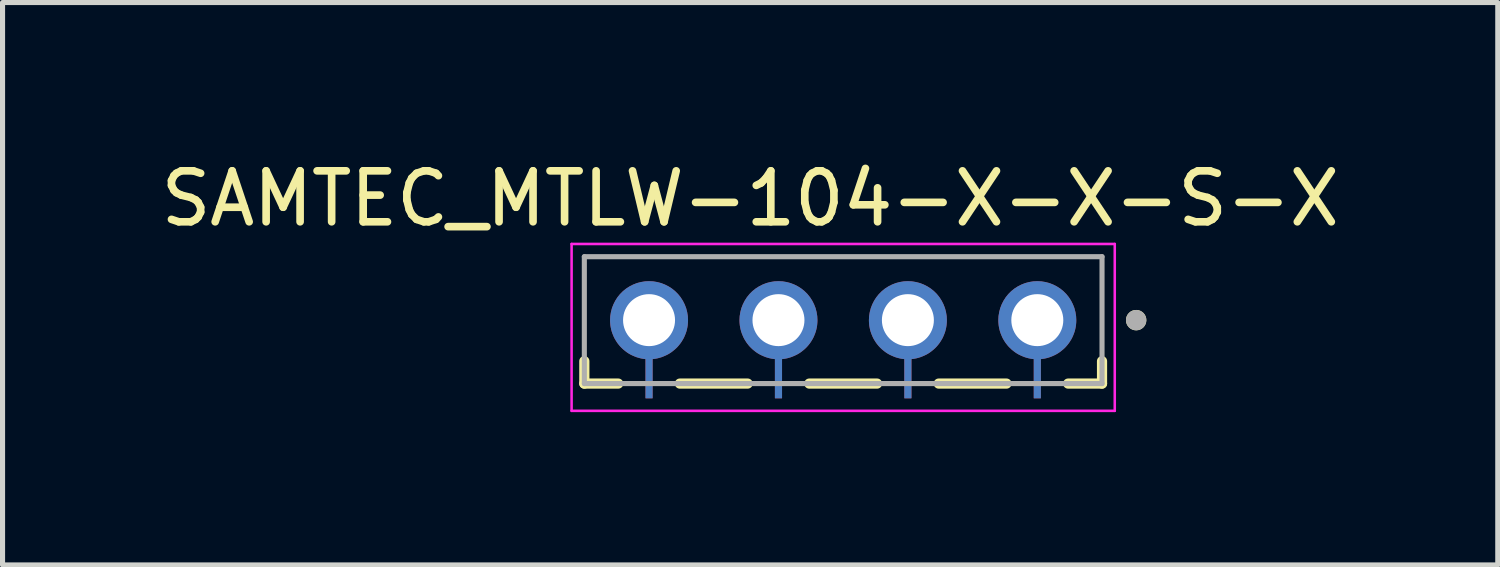
<source format=kicad_pcb>
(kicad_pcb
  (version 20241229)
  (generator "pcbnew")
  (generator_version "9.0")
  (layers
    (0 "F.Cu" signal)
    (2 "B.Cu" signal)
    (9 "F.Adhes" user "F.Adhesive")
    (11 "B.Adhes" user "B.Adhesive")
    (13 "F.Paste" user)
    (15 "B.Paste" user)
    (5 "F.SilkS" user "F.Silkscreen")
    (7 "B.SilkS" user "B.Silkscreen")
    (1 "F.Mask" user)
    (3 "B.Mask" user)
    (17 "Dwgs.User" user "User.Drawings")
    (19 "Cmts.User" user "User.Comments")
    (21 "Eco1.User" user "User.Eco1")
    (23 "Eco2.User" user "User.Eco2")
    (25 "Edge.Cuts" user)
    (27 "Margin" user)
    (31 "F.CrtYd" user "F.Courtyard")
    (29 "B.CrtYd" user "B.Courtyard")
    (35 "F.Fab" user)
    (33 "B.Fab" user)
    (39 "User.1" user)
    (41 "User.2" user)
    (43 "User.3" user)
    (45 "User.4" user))
  (footprint "SAMTEC_MTLW-104-X-X-S-X"
    (layer "F.Cu")
    (at 13.498 3.233)
    (property "Reference" "SAMTEC_MTLW-104-X-X-S-X" (at -1.825 -2.385 0) (layer "F.SilkS") (effects (font (size 1 1) (thickness 0.15))))
    (attr through_hole)
    (fp_poly (pts (xy -3.645 0.84) (xy -3.645 1.63) (xy -3.975 1.63) (xy -3.975 0.84) (xy -4.015 0.831) (xy -4.053 0.821) (xy -4.091 0.809) (xy -4.128 0.796) (xy -4.164 0.78) (xy -4.199 0.763) (xy -4.234 0.745) (xy -4.268 0.725) (xy -4.301 0.703) (xy -4.333 0.68) (xy -4.363 0.655) (xy -4.393 0.629) (xy -4.421 0.602) (xy -4.449 0.573) (xy -4.474 0.544) (xy -4.499 0.513) (xy -4.522 0.481) (xy -4.543 0.448) (xy -4.563 0.413) (xy -4.581 0.379) (xy -4.598 0.343) (xy -4.613 0.307) (xy -4.626 0.269) (xy -4.638 0.232) (xy -4.647 0.194) (xy -4.656 0.155) (xy -4.662 0.116) (xy -4.666 0.077) (xy -4.669 0.038) (xy -4.67 0) (xy -4.665 -0.09) (xy -4.651 -0.179) (xy -4.628 -0.266) (xy -4.596 -0.35) (xy -4.555 -0.43) (xy -4.506 -0.505) (xy -4.449 -0.575) (xy -4.385 -0.639) (xy -4.315 -0.696) (xy -4.24 -0.745) (xy -4.16 -0.786) (xy -4.076 -0.818) (xy -3.989 -0.841) (xy -3.9 -0.855) (xy -3.81 -0.86) (xy -3.72 -0.855) (xy -3.631 -0.841) (xy -3.544 -0.818) (xy -3.46 -0.786) (xy -3.38 -0.745) (xy -3.305 -0.696) (xy -3.235 -0.639) (xy -3.171 -0.575) (xy -3.114 -0.505) (xy -3.065 -0.43) (xy -3.024 -0.35) (xy -2.992 -0.266) (xy -2.969 -0.179) (xy -2.955 -0.09) (xy -2.95 0) (xy -2.951 0.038) (xy -2.954 0.077) (xy -2.958 0.116) (xy -2.964 0.155) (xy -2.973 0.194) (xy -2.982 0.232) (xy -2.994 0.269) (xy -3.007 0.307) (xy -3.022 0.343) (xy -3.039 0.379) (xy -3.057 0.413) (xy -3.077 0.448) (xy -3.098 0.481) (xy -3.121 0.513) (xy -3.146 0.544) (xy -3.171 0.573) (xy -3.199 0.602) (xy -3.227 0.629) (xy -3.257 0.655) (xy -3.287 0.68) (xy -3.319 0.703) (xy -3.352 0.725) (xy -3.386 0.745) (xy -3.421 0.763) (xy -3.456 0.78) (xy -3.492 0.796) (xy -3.529 0.809) (xy -3.567 0.821) (xy -3.605 0.831) (xy -3.645 0.84)) (stroke (width 0.01) (type solid)) (fill yes) (layer "F.Mask"))
    (fp_poly (pts (xy -1.105 0.84) (xy -1.105 1.63) (xy -1.435 1.63) (xy -1.435 0.84) (xy -1.475 0.831) (xy -1.513 0.821) (xy -1.551 0.809) (xy -1.588 0.796) (xy -1.624 0.78) (xy -1.659 0.763) (xy -1.694 0.745) (xy -1.728 0.725) (xy -1.761 0.703) (xy -1.793 0.68) (xy -1.823 0.655) (xy -1.853 0.629) (xy -1.881 0.602) (xy -1.909 0.573) (xy -1.934 0.544) (xy -1.959 0.513) (xy -1.982 0.481) (xy -2.003 0.448) (xy -2.023 0.413) (xy -2.041 0.379) (xy -2.058 0.343) (xy -2.073 0.307) (xy -2.086 0.269) (xy -2.098 0.232) (xy -2.107 0.194) (xy -2.116 0.155) (xy -2.122 0.116) (xy -2.126 0.077) (xy -2.129 0.038) (xy -2.13 0) (xy -2.125 -0.09) (xy -2.111 -0.179) (xy -2.088 -0.266) (xy -2.056 -0.35) (xy -2.015 -0.43) (xy -1.966 -0.505) (xy -1.909 -0.575) (xy -1.845 -0.639) (xy -1.775 -0.696) (xy -1.7 -0.745) (xy -1.62 -0.786) (xy -1.536 -0.818) (xy -1.449 -0.841) (xy -1.36 -0.855) (xy -1.27 -0.86) (xy -1.18 -0.855) (xy -1.091 -0.841) (xy -1.004 -0.818) (xy -0.92 -0.786) (xy -0.84 -0.745) (xy -0.765 -0.696) (xy -0.695 -0.639) (xy -0.631 -0.575) (xy -0.574 -0.505) (xy -0.525 -0.43) (xy -0.484 -0.35) (xy -0.452 -0.266) (xy -0.429 -0.179) (xy -0.415 -0.09) (xy -0.41 0) (xy -0.411 0.038) (xy -0.414 0.077) (xy -0.418 0.116) (xy -0.424 0.155) (xy -0.433 0.194) (xy -0.442 0.232) (xy -0.454 0.269) (xy -0.467 0.307) (xy -0.482 0.343) (xy -0.499 0.379) (xy -0.517 0.413) (xy -0.537 0.448) (xy -0.558 0.481) (xy -0.581 0.513) (xy -0.606 0.544) (xy -0.631 0.573) (xy -0.659 0.602) (xy -0.687 0.629) (xy -0.717 0.655) (xy -0.747 0.68) (xy -0.779 0.703) (xy -0.812 0.725) (xy -0.846 0.745) (xy -0.881 0.763) (xy -0.916 0.78) (xy -0.952 0.796) (xy -0.989 0.809) (xy -1.027 0.821) (xy -1.065 0.831) (xy -1.105 0.84)) (stroke (width 0.01) (type solid)) (fill yes) (layer "F.Mask"))
    (fp_poly (pts (xy 1.435 0.84) (xy 1.435 1.63) (xy 1.105 1.63) (xy 1.105 0.84) (xy 1.065 0.831) (xy 1.027 0.821) (xy 0.989 0.809) (xy 0.952 0.796) (xy 0.916 0.78) (xy 0.881 0.763) (xy 0.846 0.745) (xy 0.812 0.725) (xy 0.779 0.703) (xy 0.747 0.68) (xy 0.717 0.655) (xy 0.687 0.629) (xy 0.659 0.602) (xy 0.631 0.573) (xy 0.606 0.544) (xy 0.581 0.513) (xy 0.558 0.481) (xy 0.537 0.448) (xy 0.517 0.413) (xy 0.499 0.379) (xy 0.482 0.343) (xy 0.467 0.307) (xy 0.454 0.269) (xy 0.442 0.232) (xy 0.433 0.194) (xy 0.424 0.155) (xy 0.418 0.116) (xy 0.414 0.077) (xy 0.411 0.038) (xy 0.41 0) (xy 0.415 -0.09) (xy 0.429 -0.179) (xy 0.452 -0.266) (xy 0.484 -0.35) (xy 0.525 -0.43) (xy 0.574 -0.505) (xy 0.631 -0.575) (xy 0.695 -0.639) (xy 0.765 -0.696) (xy 0.84 -0.745) (xy 0.92 -0.786) (xy 1.004 -0.818) (xy 1.091 -0.841) (xy 1.18 -0.855) (xy 1.27 -0.86) (xy 1.36 -0.855) (xy 1.449 -0.841) (xy 1.536 -0.818) (xy 1.62 -0.786) (xy 1.7 -0.745) (xy 1.775 -0.696) (xy 1.845 -0.639) (xy 1.909 -0.575) (xy 1.966 -0.505) (xy 2.015 -0.43) (xy 2.056 -0.35) (xy 2.088 -0.266) (xy 2.111 -0.179) (xy 2.125 -0.09) (xy 2.13 0) (xy 2.129 0.038) (xy 2.126 0.077) (xy 2.122 0.116) (xy 2.116 0.155) (xy 2.107 0.194) (xy 2.098 0.232) (xy 2.086 0.269) (xy 2.073 0.307) (xy 2.058 0.343) (xy 2.041 0.379) (xy 2.023 0.413) (xy 2.003 0.448) (xy 1.982 0.481) (xy 1.959 0.513) (xy 1.934 0.544) (xy 1.909 0.573) (xy 1.881 0.602) (xy 1.853 0.629) (xy 1.823 0.655) (xy 1.793 0.68) (xy 1.761 0.703) (xy 1.728 0.725) (xy 1.694 0.745) (xy 1.659 0.763) (xy 1.624 0.78) (xy 1.588 0.796) (xy 1.551 0.809) (xy 1.513 0.821) (xy 1.475 0.831) (xy 1.435 0.84)) (stroke (width 0.01) (type solid)) (fill yes) (layer "F.Mask"))
    (fp_poly (pts (xy 3.975 0.84) (xy 3.975 1.63) (xy 3.645 1.63) (xy 3.645 0.84) (xy 3.605 0.831) (xy 3.567 0.821) (xy 3.529 0.809) (xy 3.492 0.796) (xy 3.456 0.78) (xy 3.421 0.763) (xy 3.386 0.745) (xy 3.352 0.725) (xy 3.319 0.703) (xy 3.287 0.68) (xy 3.257 0.655) (xy 3.227 0.629) (xy 3.199 0.602) (xy 3.171 0.573) (xy 3.146 0.544) (xy 3.121 0.513) (xy 3.098 0.481) (xy 3.077 0.448) (xy 3.057 0.413) (xy 3.039 0.379) (xy 3.022 0.343) (xy 3.007 0.307) (xy 2.994 0.269) (xy 2.982 0.232) (xy 2.973 0.194) (xy 2.964 0.155) (xy 2.958 0.116) (xy 2.954 0.077) (xy 2.951 0.038) (xy 2.95 0) (xy 2.955 -0.09) (xy 2.969 -0.179) (xy 2.992 -0.266) (xy 3.024 -0.35) (xy 3.065 -0.43) (xy 3.114 -0.505) (xy 3.171 -0.575) (xy 3.235 -0.639) (xy 3.305 -0.696) (xy 3.38 -0.745) (xy 3.46 -0.786) (xy 3.544 -0.818) (xy 3.631 -0.841) (xy 3.72 -0.855) (xy 3.81 -0.86) (xy 3.9 -0.855) (xy 3.989 -0.841) (xy 4.076 -0.818) (xy 4.16 -0.786) (xy 4.24 -0.745) (xy 4.315 -0.696) (xy 4.385 -0.639) (xy 4.449 -0.575) (xy 4.506 -0.505) (xy 4.555 -0.43) (xy 4.596 -0.35) (xy 4.628 -0.266) (xy 4.651 -0.179) (xy 4.665 -0.09) (xy 4.67 0) (xy 4.669 0.038) (xy 4.666 0.077) (xy 4.662 0.116) (xy 4.656 0.155) (xy 4.647 0.194) (xy 4.638 0.232) (xy 4.626 0.269) (xy 4.613 0.307) (xy 4.598 0.343) (xy 4.581 0.379) (xy 4.563 0.413) (xy 4.543 0.448) (xy 4.522 0.481) (xy 4.499 0.513) (xy 4.474 0.544) (xy 4.449 0.573) (xy 4.421 0.602) (xy 4.393 0.629) (xy 4.363 0.655) (xy 4.333 0.68) (xy 4.301 0.703) (xy 4.268 0.725) (xy 4.234 0.745) (xy 4.199 0.763) (xy 4.164 0.78) (xy 4.128 0.796) (xy 4.091 0.809) (xy 4.053 0.821) (xy 4.015 0.831) (xy 3.975 0.84)) (stroke (width 0.01) (type solid)) (fill yes) (layer "F.Mask"))
    (fp_line (start -5.08 1.245) (end -5.08 0.805) (stroke (width 0.2) (type solid)) (layer "F.SilkS"))
    (fp_line (start -4.415 1.245) (end -5.08 1.245) (stroke (width 0.2) (type solid)) (layer "F.SilkS"))
    (fp_line (start -1.875 1.245) (end -3.205 1.245) (stroke (width 0.2) (type solid)) (layer "F.SilkS"))
    (fp_line (start 0.665 1.245) (end -0.665 1.245) (stroke (width 0.2) (type solid)) (layer "F.SilkS"))
    (fp_line (start 3.205 1.245) (end 1.875 1.245) (stroke (width 0.2) (type solid)) (layer "F.SilkS"))
    (fp_line (start 5.08 0.805) (end 5.08 1.245) (stroke (width 0.2) (type solid)) (layer "F.SilkS"))
    (fp_line (start 5.08 1.245) (end 4.415 1.245) (stroke (width 0.2) (type solid)) (layer "F.SilkS"))
    (fp_circle (center 5.75 0) (end 5.85 0) (stroke (width 0.2) (type solid)) (fill no) (layer "F.SilkS"))
    (fp_poly (pts (xy -4.89 -1.085) (xy -2.73 -1.085) (xy -2.73 0.455) (xy -3.19 0.455) (xy -3.555 0.77) (xy -3.555 1.53) (xy -4.065 1.53) (xy -4.065 0.77) (xy -4.43 0.455) (xy -4.89 0.455)) (stroke (width 0.01) (type solid)) (fill yes) (layer "F.Paste"))
    (fp_poly (pts (xy -2.35 -1.085) (xy -0.19 -1.085) (xy -0.19 0.455) (xy -0.65 0.455) (xy -1.015 0.77) (xy -1.015 1.53) (xy -1.525 1.53) (xy -1.525 0.77) (xy -1.89 0.455) (xy -2.35 0.455)) (stroke (width 0.01) (type solid)) (fill yes) (layer "F.Paste"))
    (fp_poly (pts (xy 0.19 -1.085) (xy 2.35 -1.085) (xy 2.35 0.455) (xy 1.89 0.455) (xy 1.525 0.77) (xy 1.525 1.53) (xy 1.015 1.53) (xy 1.015 0.77) (xy 0.65 0.455) (xy 0.19 0.455)) (stroke (width 0.01) (type solid)) (fill yes) (layer "F.Paste"))
    (fp_poly (pts (xy 2.73 -1.085) (xy 4.89 -1.085) (xy 4.89 0.455) (xy 4.43 0.455) (xy 4.065 0.77) (xy 4.065 1.53) (xy 3.555 1.53) (xy 3.555 0.77) (xy 3.19 0.455) (xy 2.73 0.455)) (stroke (width 0.01) (type solid)) (fill yes) (layer "F.Paste"))
    (fp_line (start -5.33 -1.495) (end 5.33 -1.495) (stroke (width 0.05) (type solid)) (layer "F.CrtYd"))
    (fp_line (start -5.33 1.78) (end -5.33 -1.495) (stroke (width 0.05) (type solid)) (layer "F.CrtYd"))
    (fp_line (start 5.33 -1.495) (end 5.33 1.78) (stroke (width 0.05) (type solid)) (layer "F.CrtYd"))
    (fp_line (start 5.33 1.78) (end -5.33 1.78) (stroke (width 0.05) (type solid)) (layer "F.CrtYd"))
    (fp_line (start -5.08 -1.245) (end 5.08 -1.245) (stroke (width 0.1) (type solid)) (layer "F.Fab"))
    (fp_line (start -5.08 1.245) (end -5.08 -1.245) (stroke (width 0.1) (type solid)) (layer "F.Fab"))
    (fp_line (start 5.08 -1.245) (end 5.08 1.245) (stroke (width 0.1) (type solid)) (layer "F.Fab"))
    (fp_line (start 5.08 1.245) (end -5.08 1.245) (stroke (width 0.1) (type solid)) (layer "F.Fab"))
    (fp_circle (center 5.75 0) (end 5.85 0) (stroke (width 0.2) (type solid)) (fill no) (layer "F.Fab"))
    (pad "01" thru_hole custom (at 3.81 0) (size 1.52 1.52) (drill 1.02) (layers "*.Cu" "*.Mask") (options (anchor circle)) (primitives (gr_poly (pts (xy 0.065 0.76) (xy 0.065 1.53) (xy -0.065 1.53) (xy -0.065 0.76) (xy -0.102 0.756) (xy -0.139 0.75) (xy -0.176 0.742) (xy -0.212 0.732) (xy -0.248 0.721) (xy -0.283 0.707) (xy -0.318 0.692) (xy -0.352 0.676) (xy -0.385 0.658) (xy -0.417 0.638) (xy -0.448 0.616) (xy -0.477 0.593) (xy -0.506 0.569) (xy -0.534 0.543) (xy -0.56 0.516) (xy -0.585 0.487) (xy -0.608 0.458) (xy -0.63 0.427) (xy -0.65 0.395) (xy -0.669 0.363) (xy -0.686 0.329) (xy -0.701 0.294) (xy -0.715 0.259) (xy -0.727 0.224) (xy -0.737 0.187) (xy -0.745 0.151) (xy -0.752 0.113) (xy -0.756 0.076) (xy -0.759 0.038) (xy -0.76 0) (xy -0.756 -0.079) (xy -0.743 -0.158) (xy -0.723 -0.235) (xy -0.694 -0.309) (xy -0.658 -0.38) (xy -0.615 -0.447) (xy -0.565 -0.509) (xy -0.509 -0.565) (xy -0.447 -0.615) (xy -0.38 -0.658) (xy -0.309 -0.694) (xy -0.235 -0.723) (xy -0.158 -0.743) (xy -0.079 -0.756) (xy 0 -0.76) (xy 0.079 -0.756) (xy 0.158 -0.743) (xy 0.235 -0.723) (xy 0.309 -0.694) (xy 0.38 -0.658) (xy 0.447 -0.615) (xy 0.509 -0.565) (xy 0.565 -0.509) (xy 0.615 -0.447) (xy 0.658 -0.38) (xy 0.694 -0.309) (xy 0.723 -0.235) (xy 0.743 -0.158) (xy 0.756 -0.079) (xy 0.76 0) (xy 0.759 0.038) (xy 0.756 0.076) (xy 0.752 0.113) (xy 0.745 0.151) (xy 0.737 0.187) (xy 0.727 0.224) (xy 0.715 0.259) (xy 0.701 0.294) (xy 0.686 0.329) (xy 0.669 0.363) (xy 0.65 0.395) (xy 0.63 0.427) (xy 0.608 0.458) (xy 0.585 0.487) (xy 0.56 0.516) (xy 0.534 0.543) (xy 0.506 0.569) (xy 0.477 0.593) (xy 0.448 0.616) (xy 0.417 0.638) (xy 0.385 0.658) (xy 0.352 0.676) (xy 0.318 0.692) (xy 0.283 0.707) (xy 0.248 0.721) (xy 0.212 0.732) (xy 0.176 0.742) (xy 0.139 0.75) (xy 0.102 0.756) (xy 0.065 0.76)) (width 0.01) (fill yes))))
    (pad "02" thru_hole custom (at 1.27 0) (size 1.52 1.52) (drill 1.02) (layers "*.Cu" "*.Mask") (options (anchor circle)) (primitives (gr_poly (pts (xy 0.065 0.76) (xy 0.065 1.53) (xy -0.065 1.53) (xy -0.065 0.76) (xy -0.102 0.756) (xy -0.139 0.75) (xy -0.176 0.742) (xy -0.212 0.732) (xy -0.248 0.721) (xy -0.283 0.707) (xy -0.318 0.692) (xy -0.352 0.676) (xy -0.385 0.658) (xy -0.417 0.638) (xy -0.448 0.616) (xy -0.477 0.593) (xy -0.506 0.569) (xy -0.534 0.543) (xy -0.56 0.516) (xy -0.585 0.487) (xy -0.608 0.458) (xy -0.63 0.427) (xy -0.65 0.395) (xy -0.669 0.363) (xy -0.686 0.329) (xy -0.701 0.294) (xy -0.715 0.259) (xy -0.727 0.224) (xy -0.737 0.187) (xy -0.745 0.151) (xy -0.752 0.113) (xy -0.756 0.076) (xy -0.759 0.038) (xy -0.76 0) (xy -0.756 -0.079) (xy -0.743 -0.158) (xy -0.723 -0.235) (xy -0.694 -0.309) (xy -0.658 -0.38) (xy -0.615 -0.447) (xy -0.565 -0.509) (xy -0.509 -0.565) (xy -0.447 -0.615) (xy -0.38 -0.658) (xy -0.309 -0.694) (xy -0.235 -0.723) (xy -0.158 -0.743) (xy -0.079 -0.756) (xy 0 -0.76) (xy 0.079 -0.756) (xy 0.158 -0.743) (xy 0.235 -0.723) (xy 0.309 -0.694) (xy 0.38 -0.658) (xy 0.447 -0.615) (xy 0.509 -0.565) (xy 0.565 -0.509) (xy 0.615 -0.447) (xy 0.658 -0.38) (xy 0.694 -0.309) (xy 0.723 -0.235) (xy 0.743 -0.158) (xy 0.756 -0.079) (xy 0.76 0) (xy 0.759 0.038) (xy 0.756 0.076) (xy 0.752 0.113) (xy 0.745 0.151) (xy 0.737 0.187) (xy 0.727 0.224) (xy 0.715 0.259) (xy 0.701 0.294) (xy 0.686 0.329) (xy 0.669 0.363) (xy 0.65 0.395) (xy 0.63 0.427) (xy 0.608 0.458) (xy 0.585 0.487) (xy 0.56 0.516) (xy 0.534 0.543) (xy 0.506 0.569) (xy 0.477 0.593) (xy 0.448 0.616) (xy 0.417 0.638) (xy 0.385 0.658) (xy 0.352 0.676) (xy 0.318 0.692) (xy 0.283 0.707) (xy 0.248 0.721) (xy 0.212 0.732) (xy 0.176 0.742) (xy 0.139 0.75) (xy 0.102 0.756) (xy 0.065 0.76)) (width 0.01) (fill yes))))
    (pad "03" thru_hole custom (at -1.27 0) (size 1.52 1.52) (drill 1.02) (layers "*.Cu" "*.Mask") (options (anchor circle)) (primitives (gr_poly (pts (xy 0.065 0.76) (xy 0.065 1.53) (xy -0.065 1.53) (xy -0.065 0.76) (xy -0.102 0.756) (xy -0.139 0.75) (xy -0.176 0.742) (xy -0.212 0.732) (xy -0.248 0.721) (xy -0.283 0.707) (xy -0.318 0.692) (xy -0.352 0.676) (xy -0.385 0.658) (xy -0.417 0.638) (xy -0.448 0.616) (xy -0.477 0.593) (xy -0.506 0.569) (xy -0.534 0.543) (xy -0.56 0.516) (xy -0.585 0.487) (xy -0.608 0.458) (xy -0.63 0.427) (xy -0.65 0.395) (xy -0.669 0.363) (xy -0.686 0.329) (xy -0.701 0.294) (xy -0.715 0.259) (xy -0.727 0.224) (xy -0.737 0.187) (xy -0.745 0.151) (xy -0.752 0.113) (xy -0.756 0.076) (xy -0.759 0.038) (xy -0.76 0) (xy -0.756 -0.079) (xy -0.743 -0.158) (xy -0.723 -0.235) (xy -0.694 -0.309) (xy -0.658 -0.38) (xy -0.615 -0.447) (xy -0.565 -0.509) (xy -0.509 -0.565) (xy -0.447 -0.615) (xy -0.38 -0.658) (xy -0.309 -0.694) (xy -0.235 -0.723) (xy -0.158 -0.743) (xy -0.079 -0.756) (xy 0 -0.76) (xy 0.079 -0.756) (xy 0.158 -0.743) (xy 0.235 -0.723) (xy 0.309 -0.694) (xy 0.38 -0.658) (xy 0.447 -0.615) (xy 0.509 -0.565) (xy 0.565 -0.509) (xy 0.615 -0.447) (xy 0.658 -0.38) (xy 0.694 -0.309) (xy 0.723 -0.235) (xy 0.743 -0.158) (xy 0.756 -0.079) (xy 0.76 0) (xy 0.759 0.038) (xy 0.756 0.076) (xy 0.752 0.113) (xy 0.745 0.151) (xy 0.737 0.187) (xy 0.727 0.224) (xy 0.715 0.259) (xy 0.701 0.294) (xy 0.686 0.329) (xy 0.669 0.363) (xy 0.65 0.395) (xy 0.63 0.427) (xy 0.608 0.458) (xy 0.585 0.487) (xy 0.56 0.516) (xy 0.534 0.543) (xy 0.506 0.569) (xy 0.477 0.593) (xy 0.448 0.616) (xy 0.417 0.638) (xy 0.385 0.658) (xy 0.352 0.676) (xy 0.318 0.692) (xy 0.283 0.707) (xy 0.248 0.721) (xy 0.212 0.732) (xy 0.176 0.742) (xy 0.139 0.75) (xy 0.102 0.756) (xy 0.065 0.76)) (width 0.01) (fill yes))))
    (pad "04" thru_hole custom (at -3.81 0) (size 1.52 1.52) (drill 1.02) (layers "*.Cu" "*.Mask") (options (anchor circle)) (primitives (gr_poly (pts (xy 0.065 0.76) (xy 0.065 1.53) (xy -0.065 1.53) (xy -0.065 0.76) (xy -0.102 0.756) (xy -0.139 0.75) (xy -0.176 0.742) (xy -0.212 0.732) (xy -0.248 0.721) (xy -0.283 0.707) (xy -0.318 0.692) (xy -0.352 0.676) (xy -0.385 0.658) (xy -0.417 0.638) (xy -0.448 0.616) (xy -0.477 0.593) (xy -0.506 0.569) (xy -0.534 0.543) (xy -0.56 0.516) (xy -0.585 0.487) (xy -0.608 0.458) (xy -0.63 0.427) (xy -0.65 0.395) (xy -0.669 0.363) (xy -0.686 0.329) (xy -0.701 0.294) (xy -0.715 0.259) (xy -0.727 0.224) (xy -0.737 0.187) (xy -0.745 0.151) (xy -0.752 0.113) (xy -0.756 0.076) (xy -0.759 0.038) (xy -0.76 0) (xy -0.756 -0.079) (xy -0.743 -0.158) (xy -0.723 -0.235) (xy -0.694 -0.309) (xy -0.658 -0.38) (xy -0.615 -0.447) (xy -0.565 -0.509) (xy -0.509 -0.565) (xy -0.447 -0.615) (xy -0.38 -0.658) (xy -0.309 -0.694) (xy -0.235 -0.723) (xy -0.158 -0.743) (xy -0.079 -0.756) (xy 0 -0.76) (xy 0.079 -0.756) (xy 0.158 -0.743) (xy 0.235 -0.723) (xy 0.309 -0.694) (xy 0.38 -0.658) (xy 0.447 -0.615) (xy 0.509 -0.565) (xy 0.565 -0.509) (xy 0.615 -0.447) (xy 0.658 -0.38) (xy 0.694 -0.309) (xy 0.723 -0.235) (xy 0.743 -0.158) (xy 0.756 -0.079) (xy 0.76 0) (xy 0.759 0.038) (xy 0.756 0.076) (xy 0.752 0.113) (xy 0.745 0.151) (xy 0.737 0.187) (xy 0.727 0.224) (xy 0.715 0.259) (xy 0.701 0.294) (xy 0.686 0.329) (xy 0.669 0.363) (xy 0.65 0.395) (xy 0.63 0.427) (xy 0.608 0.458) (xy 0.585 0.487) (xy 0.56 0.516) (xy 0.534 0.543) (xy 0.506 0.569) (xy 0.477 0.593) (xy 0.448 0.616) (xy 0.417 0.638) (xy 0.385 0.658) (xy 0.352 0.676) (xy 0.318 0.692) (xy 0.283 0.707) (xy 0.248 0.721) (xy 0.212 0.732) (xy 0.176 0.742) (xy 0.139 0.75) (xy 0.102 0.756) (xy 0.065 0.76)) (width 0.01) (fill yes)))))
  (gr_rect
    (start -3 -3)
    (end 26.345 8.038)
    (stroke (width 0.1) (type default))
    (fill no)
    (layer "Edge.Cuts")))
</source>
